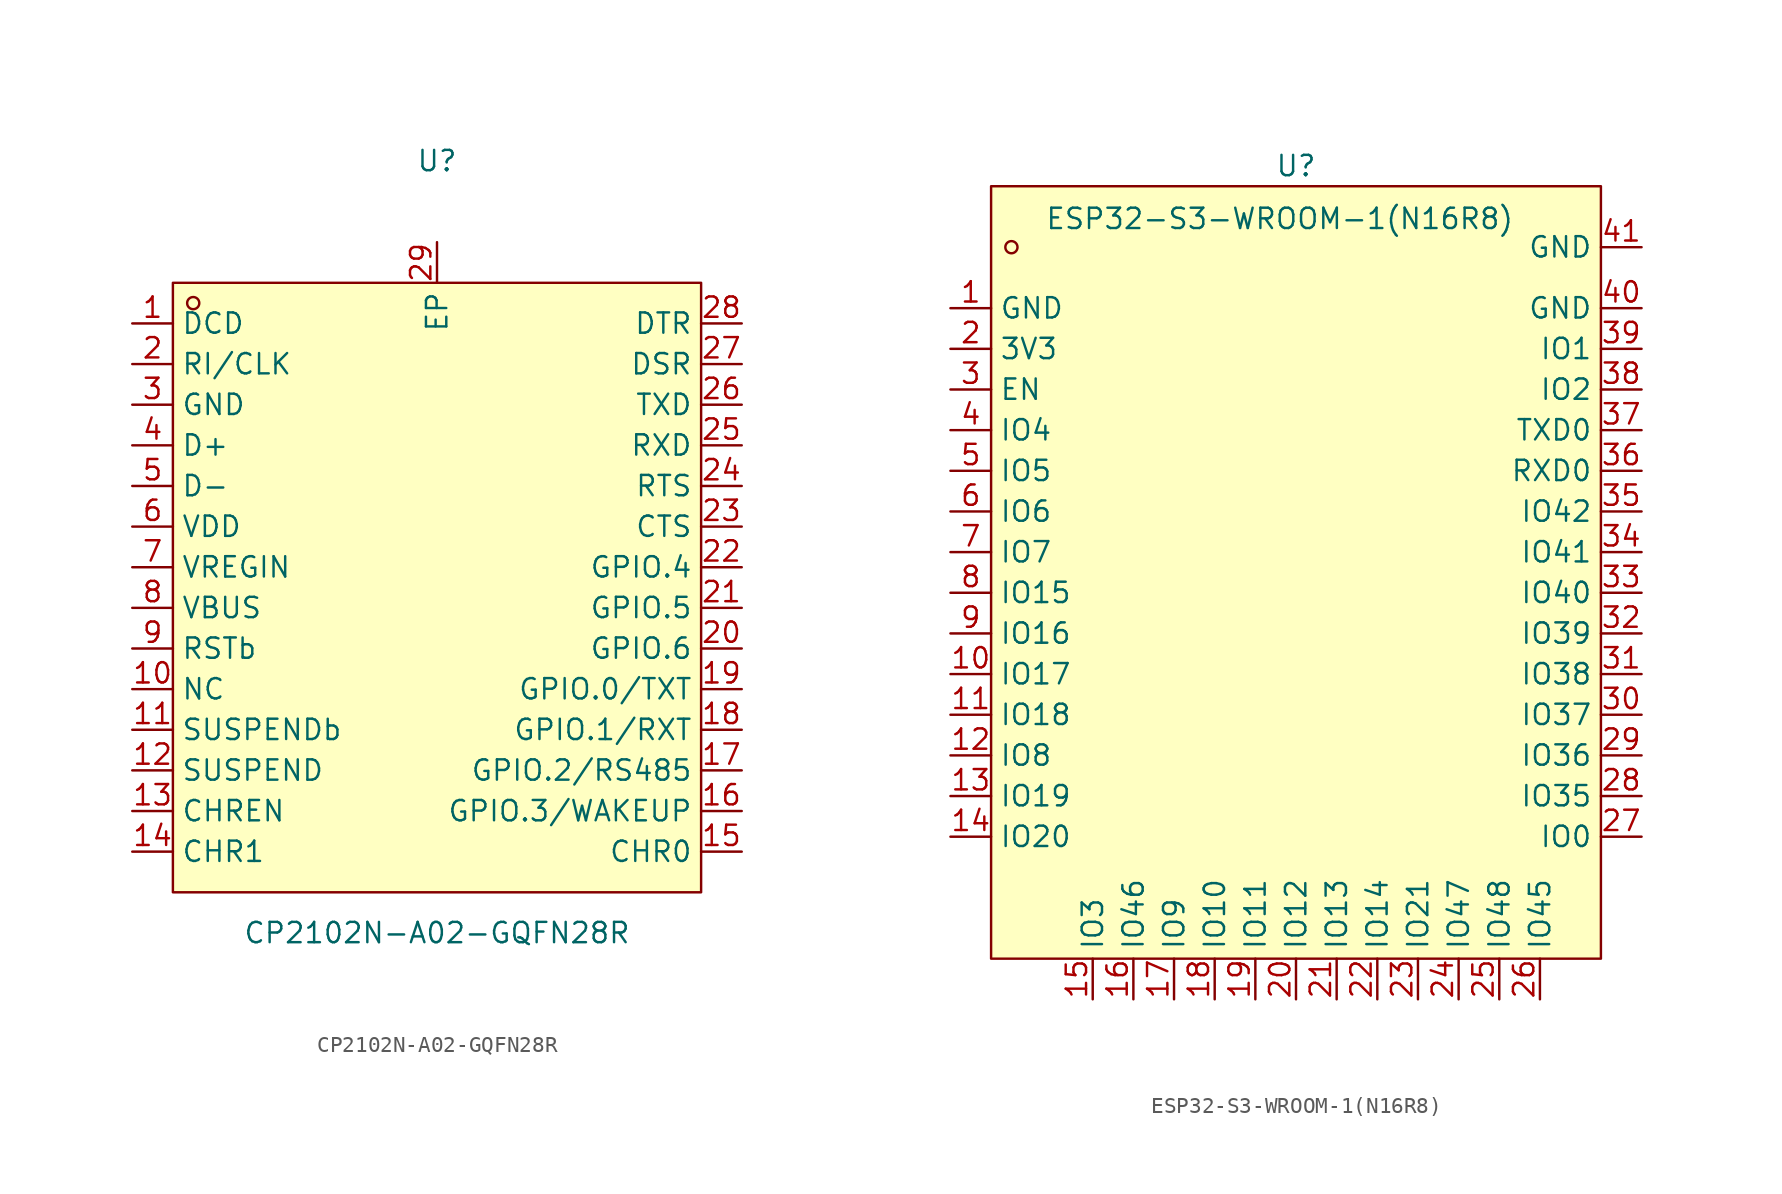
<source format=kicad_sym>
(kicad_symbol_lib
  (version 20241209)
  (generator "kicad_symbol_editor")
  (generator_version "9.0")
  (symbol "CP2102N-A02-GQFN28R"
    (property "Reference" "U"
      (at 0 26.67 0)
      (effects (font (size 1.27 1.27))))
    (property "Value" "CP2102N-A02-GQFN28R"
      (at 0 -21.59 0)
      (effects (font (size 1.27 1.27))))
    (symbol "CP2102N-A02-GQFN28R_0_1"
      (rectangle (start -16.51 19.05) (end 16.51 -19.05) (stroke (width 0) (type default)) (fill (type background)))
      (circle (center -15.24 17.78) (radius 0.38) (stroke (width 0) (type default)) (fill (type none)))
      (pin unspecified line (at -19.05 16.51 0) (length 2.54) (name "DCD" (effects (font (size 1.27 1.27)))) (number "1" (effects (font (size 1.27 1.27)))))
      (pin unspecified line (at -19.05 13.97 0) (length 2.54) (name "RI/CLK" (effects (font (size 1.27 1.27)))) (number "2" (effects (font (size 1.27 1.27)))))
      (pin unspecified line (at -19.05 11.43 0) (length 2.54) (name "GND" (effects (font (size 1.27 1.27)))) (number "3" (effects (font (size 1.27 1.27)))))
      (pin unspecified line (at -19.05 8.89 0) (length 2.54) (name "D+" (effects (font (size 1.27 1.27)))) (number "4" (effects (font (size 1.27 1.27)))))
      (pin unspecified line (at -19.05 6.35 0) (length 2.54) (name "D-" (effects (font (size 1.27 1.27)))) (number "5" (effects (font (size 1.27 1.27)))))
      (pin unspecified line (at -19.05 3.81 0) (length 2.54) (name "VDD" (effects (font (size 1.27 1.27)))) (number "6" (effects (font (size 1.27 1.27)))))
      (pin unspecified line (at -19.05 1.27 0) (length 2.54) (name "VREGIN" (effects (font (size 1.27 1.27)))) (number "7" (effects (font (size 1.27 1.27)))))
      (pin unspecified line (at -19.05 -1.27 0) (length 2.54) (name "VBUS" (effects (font (size 1.27 1.27)))) (number "8" (effects (font (size 1.27 1.27)))))
      (pin unspecified line (at -19.05 -3.81 0) (length 2.54) (name "RSTb" (effects (font (size 1.27 1.27)))) (number "9" (effects (font (size 1.27 1.27)))))
      (pin unspecified line (at -19.05 -6.35 0) (length 2.54) (name "NC" (effects (font (size 1.27 1.27)))) (number "10" (effects (font (size 1.27 1.27)))))
      (pin unspecified line (at -19.05 -8.89 0) (length 2.54) (name "SUSPENDb" (effects (font (size 1.27 1.27)))) (number "11" (effects (font (size 1.27 1.27)))))
      (pin unspecified line (at -19.05 -11.43 0) (length 2.54) (name "SUSPEND" (effects (font (size 1.27 1.27)))) (number "12" (effects (font (size 1.27 1.27)))))
      (pin unspecified line (at -19.05 -13.97 0) (length 2.54) (name "CHREN" (effects (font (size 1.27 1.27)))) (number "13" (effects (font (size 1.27 1.27)))))
      (pin unspecified line (at -19.05 -16.51 0) (length 2.54) (name "CHR1" (effects (font (size 1.27 1.27)))) (number "14" (effects (font (size 1.27 1.27)))))
      (pin unspecified line (at 0 21.59 270) (length 2.54) (name "EP" (effects (font (size 1.27 1.27)))) (number "29" (effects (font (size 1.27 1.27)))))
      (pin unspecified line (at 19.05 16.51 180) (length 2.54) (name "DTR" (effects (font (size 1.27 1.27)))) (number "28" (effects (font (size 1.27 1.27)))))
      (pin unspecified line (at 19.05 13.97 180) (length 2.54) (name "DSR" (effects (font (size 1.27 1.27)))) (number "27" (effects (font (size 1.27 1.27)))))
      (pin unspecified line (at 19.05 11.43 180) (length 2.54) (name "TXD" (effects (font (size 1.27 1.27)))) (number "26" (effects (font (size 1.27 1.27)))))
      (pin unspecified line (at 19.05 8.89 180) (length 2.54) (name "RXD" (effects (font (size 1.27 1.27)))) (number "25" (effects (font (size 1.27 1.27)))))
      (pin unspecified line (at 19.05 6.35 180) (length 2.54) (name "RTS" (effects (font (size 1.27 1.27)))) (number "24" (effects (font (size 1.27 1.27)))))
      (pin unspecified line (at 19.05 3.81 180) (length 2.54) (name "CTS" (effects (font (size 1.27 1.27)))) (number "23" (effects (font (size 1.27 1.27)))))
      (pin unspecified line (at 19.05 1.27 180) (length 2.54) (name "GPIO.4" (effects (font (size 1.27 1.27)))) (number "22" (effects (font (size 1.27 1.27)))))
      (pin unspecified line (at 19.05 -1.27 180) (length 2.54) (name "GPIO.5" (effects (font (size 1.27 1.27)))) (number "21" (effects (font (size 1.27 1.27)))))
      (pin unspecified line (at 19.05 -3.81 180) (length 2.54) (name "GPIO.6" (effects (font (size 1.27 1.27)))) (number "20" (effects (font (size 1.27 1.27)))))
      (pin unspecified line (at 19.05 -6.35 180) (length 2.54) (name "GPIO.0/TXT" (effects (font (size 1.27 1.27)))) (number "19" (effects (font (size 1.27 1.27)))))
      (pin unspecified line (at 19.05 -8.89 180) (length 2.54) (name "GPIO.1/RXT" (effects (font (size 1.27 1.27)))) (number "18" (effects (font (size 1.27 1.27)))))
      (pin unspecified line (at 19.05 -11.43 180) (length 2.54) (name "GPIO.2/RS485" (effects (font (size 1.27 1.27)))) (number "17" (effects (font (size 1.27 1.27)))))
      (pin unspecified line (at 19.05 -13.97 180) (length 2.54) (name "GPIO.3/WAKEUP" (effects (font (size 1.27 1.27)))) (number "16" (effects (font (size 1.27 1.27)))))
      (pin unspecified line (at 19.05 -16.51 180) (length 2.54) (name "CHR0" (effects (font (size 1.27 1.27)))) (number "15" (effects (font (size 1.27 1.27)))))))
  (symbol "ESP32-S3-WROOM-1(N16R8)"
    (property "Reference" "U"
      (at 0 20.32 0)
      (effects (font (size 1.27 1.27))))
    (property "Value" "ESP32-S3-WROOM-1(N16R8)"
      (at -1.016 17.018 0)
      (effects (font (size 1.27 1.27))))
    (symbol "ESP32-S3-WROOM-1(N16R8)_0_1"
      (rectangle (start -19.05 19.05) (end 19.05 -29.21) (stroke (width 0) (type default)) (fill (type background)))
      (circle (center -17.78 15.24) (radius 0.38) (stroke (width 0) (type default)) (fill (type none)))
      (pin unspecified line (at -21.59 11.43 0) (length 2.54) (name "GND" (effects (font (size 1.27 1.27)))) (number "1" (effects (font (size 1.27 1.27)))))
      (pin unspecified line (at -21.59 8.89 0) (length 2.54) (name "3V3" (effects (font (size 1.27 1.27)))) (number "2" (effects (font (size 1.27 1.27)))))
      (pin unspecified line (at -21.59 6.35 0) (length 2.54) (name "EN" (effects (font (size 1.27 1.27)))) (number "3" (effects (font (size 1.27 1.27)))))
      (pin unspecified line (at -21.59 3.81 0) (length 2.54) (name "IO4" (effects (font (size 1.27 1.27)))) (number "4" (effects (font (size 1.27 1.27)))))
      (pin unspecified line (at -21.59 1.27 0) (length 2.54) (name "IO5" (effects (font (size 1.27 1.27)))) (number "5" (effects (font (size 1.27 1.27)))))
      (pin unspecified line (at -21.59 -1.27 0) (length 2.54) (name "IO6" (effects (font (size 1.27 1.27)))) (number "6" (effects (font (size 1.27 1.27)))))
      (pin unspecified line (at -21.59 -3.81 0) (length 2.54) (name "IO7" (effects (font (size 1.27 1.27)))) (number "7" (effects (font (size 1.27 1.27)))))
      (pin unspecified line (at -21.59 -6.35 0) (length 2.54) (name "IO15" (effects (font (size 1.27 1.27)))) (number "8" (effects (font (size 1.27 1.27)))))
      (pin unspecified line (at -21.59 -8.89 0) (length 2.54) (name "IO16" (effects (font (size 1.27 1.27)))) (number "9" (effects (font (size 1.27 1.27)))))
      (pin unspecified line (at -21.59 -11.43 0) (length 2.54) (name "IO17" (effects (font (size 1.27 1.27)))) (number "10" (effects (font (size 1.27 1.27)))))
      (pin unspecified line (at -21.59 -13.97 0) (length 2.54) (name "IO18" (effects (font (size 1.27 1.27)))) (number "11" (effects (font (size 1.27 1.27)))))
      (pin unspecified line (at -21.59 -16.51 0) (length 2.54) (name "IO8" (effects (font (size 1.27 1.27)))) (number "12" (effects (font (size 1.27 1.27)))))
      (pin unspecified line (at -21.59 -19.05 0) (length 2.54) (name "IO19" (effects (font (size 1.27 1.27)))) (number "13" (effects (font (size 1.27 1.27)))))
      (pin unspecified line (at -21.59 -21.59 0) (length 2.54) (name "IO20" (effects (font (size 1.27 1.27)))) (number "14" (effects (font (size 1.27 1.27)))))
      (pin unspecified line (at -12.7 -31.75 90) (length 2.54) (name "IO3" (effects (font (size 1.27 1.27)))) (number "15" (effects (font (size 1.27 1.27)))))
      (pin unspecified line (at -10.16 -31.75 90) (length 2.54) (name "IO46" (effects (font (size 1.27 1.27)))) (number "16" (effects (font (size 1.27 1.27)))))
      (pin unspecified line (at -7.62 -31.75 90) (length 2.54) (name "IO9" (effects (font (size 1.27 1.27)))) (number "17" (effects (font (size 1.27 1.27)))))
      (pin unspecified line (at -5.08 -31.75 90) (length 2.54) (name "IO10" (effects (font (size 1.27 1.27)))) (number "18" (effects (font (size 1.27 1.27)))))
      (pin unspecified line (at -2.54 -31.75 90) (length 2.54) (name "IO11" (effects (font (size 1.27 1.27)))) (number "19" (effects (font (size 1.27 1.27)))))
      (pin unspecified line (at 0 -31.75 90) (length 2.54) (name "IO12" (effects (font (size 1.27 1.27)))) (number "20" (effects (font (size 1.27 1.27)))))
      (pin unspecified line (at 2.54 -31.75 90) (length 2.54) (name "IO13" (effects (font (size 1.27 1.27)))) (number "21" (effects (font (size 1.27 1.27)))))
      (pin unspecified line (at 5.08 -31.75 90) (length 2.54) (name "IO14" (effects (font (size 1.27 1.27)))) (number "22" (effects (font (size 1.27 1.27)))))
      (pin unspecified line (at 7.62 -31.75 90) (length 2.54) (name "IO21" (effects (font (size 1.27 1.27)))) (number "23" (effects (font (size 1.27 1.27)))))
      (pin unspecified line (at 10.16 -31.75 90) (length 2.54) (name "IO47" (effects (font (size 1.27 1.27)))) (number "24" (effects (font (size 1.27 1.27)))))
      (pin unspecified line (at 12.7 -31.75 90) (length 2.54) (name "IO48" (effects (font (size 1.27 1.27)))) (number "25" (effects (font (size 1.27 1.27)))))
      (pin unspecified line (at 15.24 -31.75 90) (length 2.54) (name "IO45" (effects (font (size 1.27 1.27)))) (number "26" (effects (font (size 1.27 1.27)))))
      (pin unspecified line (at 21.59 15.24 180) (length 2.54) (name "GND" (effects (font (size 1.27 1.27)))) (number "41" (effects (font (size 1.27 1.27)))))
      (pin unspecified line (at 21.59 11.43 180) (length 2.54) (name "GND" (effects (font (size 1.27 1.27)))) (number "40" (effects (font (size 1.27 1.27)))))
      (pin unspecified line (at 21.59 8.89 180) (length 2.54) (name "IO1" (effects (font (size 1.27 1.27)))) (number "39" (effects (font (size 1.27 1.27)))))
      (pin unspecified line (at 21.59 6.35 180) (length 2.54) (name "IO2" (effects (font (size 1.27 1.27)))) (number "38" (effects (font (size 1.27 1.27)))))
      (pin unspecified line (at 21.59 3.81 180) (length 2.54) (name "TXD0" (effects (font (size 1.27 1.27)))) (number "37" (effects (font (size 1.27 1.27)))))
      (pin unspecified line (at 21.59 1.27 180) (length 2.54) (name "RXD0" (effects (font (size 1.27 1.27)))) (number "36" (effects (font (size 1.27 1.27)))))
      (pin unspecified line (at 21.59 -1.27 180) (length 2.54) (name "IO42" (effects (font (size 1.27 1.27)))) (number "35" (effects (font (size 1.27 1.27)))))
      (pin unspecified line (at 21.59 -3.81 180) (length 2.54) (name "IO41" (effects (font (size 1.27 1.27)))) (number "34" (effects (font (size 1.27 1.27)))))
      (pin unspecified line (at 21.59 -6.35 180) (length 2.54) (name "IO40" (effects (font (size 1.27 1.27)))) (number "33" (effects (font (size 1.27 1.27)))))
      (pin unspecified line (at 21.59 -8.89 180) (length 2.54) (name "IO39" (effects (font (size 1.27 1.27)))) (number "32" (effects (font (size 1.27 1.27)))))
      (pin unspecified line (at 21.59 -11.43 180) (length 2.54) (name "IO38" (effects (font (size 1.27 1.27)))) (number "31" (effects (font (size 1.27 1.27)))))
      (pin unspecified line (at 21.59 -13.97 180) (length 2.54) (name "IO37" (effects (font (size 1.27 1.27)))) (number "30" (effects (font (size 1.27 1.27)))))
      (pin unspecified line (at 21.59 -16.51 180) (length 2.54) (name "IO36" (effects (font (size 1.27 1.27)))) (number "29" (effects (font (size 1.27 1.27)))))
      (pin unspecified line (at 21.59 -19.05 180) (length 2.54) (name "IO35" (effects (font (size 1.27 1.27)))) (number "28" (effects (font (size 1.27 1.27)))))
      (pin unspecified line (at 21.59 -21.59 180) (length 2.54) (name "IO0" (effects (font (size 1.27 1.27)))) (number "27" (effects (font (size 1.27 1.27))))))))
</source>
